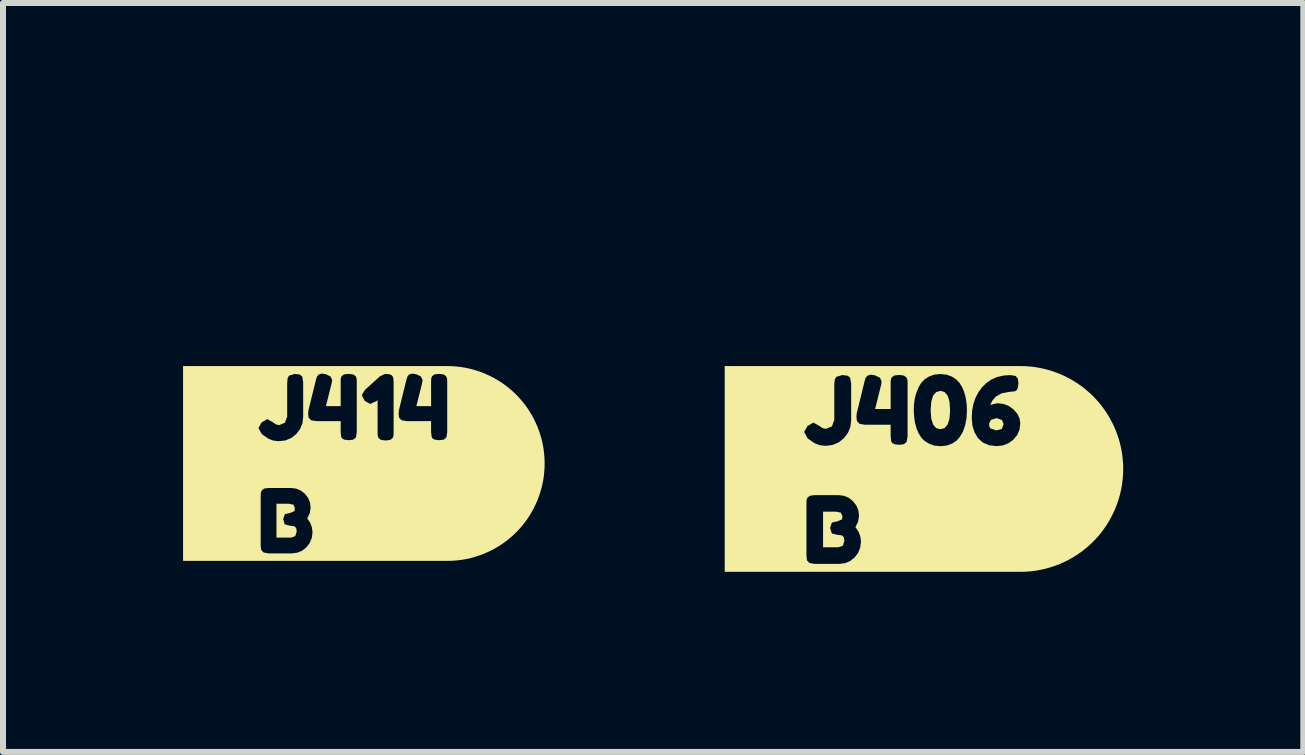
<source format=kicad_pcb>
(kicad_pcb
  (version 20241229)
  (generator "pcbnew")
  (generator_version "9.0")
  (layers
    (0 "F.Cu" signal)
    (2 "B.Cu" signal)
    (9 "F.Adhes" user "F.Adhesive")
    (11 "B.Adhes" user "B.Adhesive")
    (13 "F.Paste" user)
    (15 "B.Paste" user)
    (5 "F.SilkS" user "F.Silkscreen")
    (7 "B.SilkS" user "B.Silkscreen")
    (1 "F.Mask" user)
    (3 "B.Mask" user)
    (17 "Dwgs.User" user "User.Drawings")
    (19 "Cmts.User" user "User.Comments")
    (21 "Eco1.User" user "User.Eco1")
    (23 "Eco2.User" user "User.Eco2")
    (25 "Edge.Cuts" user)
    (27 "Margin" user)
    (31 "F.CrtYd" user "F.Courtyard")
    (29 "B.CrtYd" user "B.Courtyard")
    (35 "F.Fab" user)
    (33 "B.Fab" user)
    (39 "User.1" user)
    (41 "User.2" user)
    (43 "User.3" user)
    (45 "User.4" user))
  (footprint "kibuzzard-65BFD905"
    (layer "F.Cu")
    (at 12.344 4.763)
    (property "Reference" "kibuzzard-65BFD905" (at 0 -4.762 0) (layer "F.SilkS") (effects (font (size 0.001 0.001) (thickness 0.15))))
    (attr board_only exclude_from_pos_files exclude_from_bom)
    (fp_poly (pts (xy 1.205 -0.641) (xy 1.297 -0.667) (xy 1.327 -0.747) (xy 1.3 -0.815) (xy 1.211 -0.847) (xy 1.117 -0.818) (xy 1.085 -0.758) (xy 1.089 -0.712) (xy 1.104 -0.677) (xy 1.205 -0.641)) (stroke (width 0) (type solid)) (fill yes) (layer "F.SilkS"))
    (fp_poly (pts (xy -1.326 1.199) (xy -1.335 1.139) (xy -1.364 1.108) (xy -1.451 1.096) (xy -1.536 1.074) (xy -1.564 0.984) (xy -1.535 0.894) (xy -1.439 0.872) (xy -1.364 0.839) (xy -1.359 0.783) (xy -1.385 0.728) (xy -1.462 0.712) (xy -1.681 0.712) (xy -1.681 1.305) (xy -1.425 1.305) (xy -1.351 1.279) (xy -1.326 1.199)) (stroke (width 0) (type solid)) (fill yes) (layer "F.SilkS"))
    (fp_poly (pts (xy 0.272 -0.661) (xy 0.343 -0.681) (xy 0.394 -0.739) (xy 0.425 -0.836) (xy 0.435 -0.972) (xy 0.435 -0.982) (xy 0.425 -1.121) (xy 0.395 -1.221) (xy 0.344 -1.281) (xy 0.273 -1.301) (xy 0.203 -1.281) (xy 0.152 -1.221) (xy 0.122 -1.121) (xy 0.111 -0.981) (xy 0.121 -0.841) (xy 0.152 -0.741) (xy 0.202 -0.681) (xy 0.272 -0.661)) (stroke (width 0) (type solid)) (fill yes) (layer "F.SilkS"))
    (fp_poly (pts (xy -1.997 -1.714) (xy -3.32 -1.714) (xy -3.32 1.714) (xy -1.997 1.714) (xy -1.409 1.714) (xy -1.409 1.582) (xy -1.82 1.582) (xy -1.907 1.567) (xy -1.949 1.523) (xy -1.958 1.441) (xy -1.958 0.573) (xy -1.956 0.518) (xy -1.941 0.478) (xy -1.899 0.446) (xy -1.819 0.436) (xy -1.641 0.436) (xy -1.641 -0.385) (xy -1.74 -0.396) (xy -1.827 -0.431) (xy -1.928 -0.502) (xy -1.941 -0.515) (xy -1.997 -0.616) (xy -1.941 -0.715) (xy -1.843 -0.772) (xy -1.748 -0.72) (xy -1.693 -0.681) (xy -1.634 -0.668) (xy -1.533 -0.709) (xy -1.494 -0.818) (xy -1.494 -1.412) (xy -1.486 -1.49) (xy -1.462 -1.534) (xy -1.363 -1.564) (xy -1.272 -1.554) (xy -1.23 -1.52) (xy -1.213 -1.422) (xy -1.213 -0.807) (xy -1.226 -0.7) (xy -1.266 -0.602) (xy -1.333 -0.513) (xy -1.421 -0.442) (xy -1.524 -0.399) (xy -1.641 -0.385) (xy -1.641 0.436) (xy -1.425 0.436) (xy -1.334 0.447) (xy -1.254 0.48) (xy -1.184 0.536) (xy -1.127 0.608) (xy -1.093 0.689) (xy -1.082 0.78) (xy -1.097 0.879) (xy -1.142 0.969) (xy -1.09 1.045) (xy -1.06 1.127) (xy -1.049 1.214) (xy -1.063 1.313) (xy -1.098 1.4) (xy -1.156 1.476) (xy -1.231 1.535) (xy -1.315 1.57) (xy -1.409 1.582) (xy -1.409 1.714) (xy -0.411 1.714) (xy -0.411 -0.402) (xy -0.484 -0.41) (xy -0.525 -0.429) (xy -0.546 -0.461) (xy -0.555 -0.544) (xy -0.555 -0.737) (xy -0.986 -0.737) (xy -1.074 -0.752) (xy -1.117 -0.798) (xy -1.125 -0.866) (xy -1.12 -0.929) (xy -0.989 -1.461) (xy -0.972 -1.517) (xy -0.943 -1.553) (xy -0.889 -1.571) (xy -0.816 -1.56) (xy -0.732 -1.519) (xy -0.705 -1.458) (xy -0.716 -1.391) (xy -0.717 -1.387) (xy -0.814 -0.999) (xy -0.555 -0.999) (xy -0.555 -1.433) (xy -0.553 -1.487) (xy -0.538 -1.526) (xy -0.494 -1.557) (xy -0.413 -1.566) (xy -0.333 -1.556) (xy -0.29 -1.522) (xy -0.275 -1.48) (xy -0.273 -1.425) (xy -0.273 -0.542) (xy -0.288 -0.451) (xy -0.334 -0.412) (xy -0.411 -0.402) (xy -0.411 1.714) (xy 0.275 1.714) (xy 0.275 -0.379) (xy 0.173 -0.389) (xy 0.084 -0.421) (xy 0.009 -0.468) (xy -0.047 -0.525) (xy -0.089 -0.593) (xy -0.123 -0.672) (xy -0.149 -0.767) (xy -0.164 -0.871) (xy -0.17 -0.982) (xy -0.165 -1.083) (xy -0.153 -1.173) (xy -0.132 -1.253) (xy -0.093 -1.354) (xy -0.049 -1.43) (xy 0.006 -1.489) (xy 0.08 -1.538) (xy 0.17 -1.571) (xy 0.273 -1.582) (xy 0.376 -1.571) (xy 0.465 -1.539) (xy 0.538 -1.491) (xy 0.593 -1.433) (xy 0.636 -1.364) (xy 0.669 -1.284) (xy 0.695 -1.186) (xy 0.711 -1.085) (xy 0.716 -0.98) (xy 0.709 -0.844) (xy 0.685 -0.723) (xy 0.647 -0.616) (xy 0.592 -0.525) (xy 0.537 -0.467) (xy 0.465 -0.42) (xy 0.376 -0.389) (xy 0.275 -0.379) (xy 0.275 1.714) (xy 1.212 1.714) (xy 1.212 -0.38) (xy 1.085 -0.395) (xy 0.982 -0.439) (xy 0.9 -0.513) (xy 0.842 -0.61) (xy 0.807 -0.724) (xy 0.796 -0.855) (xy 0.803 -0.972) (xy 0.823 -1.081) (xy 0.858 -1.183) (xy 0.906 -1.276) (xy 0.968 -1.361) (xy 1.042 -1.434) (xy 1.126 -1.491) (xy 1.22 -1.532) (xy 1.324 -1.556) (xy 1.439 -1.564) (xy 1.527 -1.549) (xy 1.564 -1.504) (xy 1.574 -1.428) (xy 1.566 -1.355) (xy 1.547 -1.314) (xy 1.515 -1.293) (xy 1.423 -1.284) (xy 1.297 -1.261) (xy 1.2 -1.207) (xy 1.144 -1.145) (xy 1.115 -1.09) (xy 1.107 -1.068) (xy 1.224 -1.095) (xy 1.324 -1.083) (xy 1.414 -1.048) (xy 1.493 -0.991) (xy 1.556 -0.918) (xy 1.593 -0.84) (xy 1.605 -0.756) (xy 1.592 -0.655) (xy 1.554 -0.566) (xy 1.49 -0.488) (xy 1.408 -0.428) (xy 1.315 -0.392) (xy 1.212 -0.38) (xy 1.212 1.714) (xy 1.605 1.714) (xy 1.605 1.714) (xy 1.69 1.712) (xy 1.773 1.706) (xy 1.857 1.696) (xy 1.94 1.681) (xy 2.022 1.663) (xy 2.103 1.64) (xy 2.183 1.614) (xy 2.261 1.584) (xy 2.338 1.55) (xy 2.414 1.512) (xy 2.487 1.47) (xy 2.558 1.425) (xy 2.627 1.377) (xy 2.693 1.325) (xy 2.757 1.27) (xy 2.818 1.212) (xy 2.876 1.151) (xy 2.931 1.088) (xy 2.982 1.021) (xy 3.031 0.952) (xy 3.076 0.881) (xy 3.117 0.808) (xy 3.155 0.733) (xy 3.189 0.656) (xy 3.219 0.578) (xy 3.246 0.498) (xy 3.268 0.417) (xy 3.287 0.334) (xy 3.301 0.252) (xy 3.311 0.168) (xy 3.318 0.084) (xy 3.32 0) (xy 3.318 -0.084) (xy 3.311 -0.168) (xy 3.301 -0.252) (xy 3.287 -0.334) (xy 3.268 -0.417) (xy 3.246 -0.498) (xy 3.219 -0.578) (xy 3.189 -0.656) (xy 3.155 -0.733) (xy 3.117 -0.808) (xy 3.076 -0.881) (xy 3.031 -0.952) (xy 2.982 -1.021) (xy 2.931 -1.088) (xy 2.876 -1.151) (xy 2.818 -1.212) (xy 2.757 -1.27) (xy 2.693 -1.325) (xy 2.627 -1.377) (xy 2.558 -1.425) (xy 2.487 -1.47) (xy 2.414 -1.512) (xy 2.338 -1.55) (xy 2.261 -1.584) (xy 2.183 -1.614) (xy 2.103 -1.64) (xy 2.022 -1.663) (xy 1.94 -1.681) (xy 1.857 -1.696) (xy 1.773 -1.706) (xy 1.69 -1.712) (xy 1.605 -1.714) (xy 1.605 -1.714) (xy -1.997 -1.714)) (stroke (width 0) (type solid)) (fill yes) (layer "F.SilkS")))
  (footprint "kibuzzard-65BFD893"
    (layer "F.Cu")
    (at 3.012 4.672)
    (property "Reference" "kibuzzard-65BFD893" (at 0 -4.671 0) (layer "F.SilkS") (effects (font (size 0.001 0.001) (thickness 0.15))))
    (attr board_only exclude_from_pos_files exclude_from_bom)
    (fp_poly (pts (xy -1.118 1.134) (xy -1.127 1.077) (xy -1.154 1.047) (xy -1.237 1.035) (xy -1.318 1.015) (xy -1.344 0.929) (xy -1.317 0.844) (xy -1.225 0.823) (xy -1.154 0.792) (xy -1.15 0.738) (xy -1.174 0.686) (xy -1.248 0.671) (xy -1.456 0.671) (xy -1.456 1.235) (xy -1.212 1.235) (xy -1.142 1.209) (xy -1.118 1.134)) (stroke (width 0) (type solid)) (fill yes) (layer "F.SilkS"))
    (fp_poly (pts (xy -1.756 -1.623) (xy -3.012 -1.623) (xy -3.012 1.623) (xy -1.756 1.623) (xy -1.197 1.623) (xy -1.197 1.498) (xy -1.588 1.498) (xy -1.67 1.483) (xy -1.71 1.441) (xy -1.719 1.364) (xy -1.719 0.539) (xy -1.716 0.487) (xy -1.702 0.449) (xy -1.663 0.418) (xy -1.586 0.408) (xy -1.418 0.408) (xy -1.418 -0.371) (xy -1.512 -0.382) (xy -1.594 -0.415) (xy -1.691 -0.483) (xy -1.703 -0.495) (xy -1.756 -0.59) (xy -1.703 -0.685) (xy -1.609 -0.739) (xy -1.519 -0.689) (xy -1.467 -0.652) (xy -1.411 -0.639) (xy -1.315 -0.679) (xy -1.277 -0.783) (xy -1.277 -1.347) (xy -1.27 -1.421) (xy -1.247 -1.463) (xy -1.154 -1.492) (xy -1.067 -1.482) (xy -1.027 -1.449) (xy -1.011 -1.356) (xy -1.011 -0.772) (xy -1.023 -0.671) (xy -1.061 -0.577) (xy -1.125 -0.492) (xy -1.209 -0.425) (xy -1.306 -0.384) (xy -1.418 -0.371) (xy -1.418 0.408) (xy -1.212 0.408) (xy -1.126 0.419) (xy -1.05 0.451) (xy -0.983 0.504) (xy -0.93 0.572) (xy -0.897 0.649) (xy -0.887 0.735) (xy -0.901 0.829) (xy -0.943 0.915) (xy -0.894 0.987) (xy -0.865 1.065) (xy -0.855 1.148) (xy -0.868 1.242) (xy -0.902 1.325) (xy -0.957 1.397) (xy -1.028 1.453) (xy -1.108 1.486) (xy -1.197 1.498) (xy -1.197 1.623) (xy -0.249 1.623) (xy -0.249 -0.388) (xy -0.318 -0.395) (xy -0.357 -0.413) (xy -0.377 -0.443) (xy -0.386 -0.522) (xy -0.386 -0.706) (xy -0.795 -0.706) (xy -0.879 -0.72) (xy -0.92 -0.763) (xy -0.928 -0.828) (xy -0.923 -0.888) (xy -0.798 -1.394) (xy -0.782 -1.446) (xy -0.755 -1.481) (xy -0.703 -1.498) (xy -0.633 -1.487) (xy -0.554 -1.449) (xy -0.528 -1.391) (xy -0.538 -1.327) (xy -0.54 -1.323) (xy -0.632 -0.955) (xy -0.386 -0.955) (xy -0.386 -1.366) (xy -0.384 -1.418) (xy -0.37 -1.455) (xy -0.328 -1.485) (xy -0.251 -1.493) (xy -0.175 -1.483) (xy -0.134 -1.452) (xy -0.12 -1.412) (xy -0.118 -1.359) (xy -0.118 -0.52) (xy -0.132 -0.434) (xy -0.176 -0.397) (xy -0.249 -0.388) (xy -0.249 1.623) (xy 0.362 1.623) (xy 0.362 -0.383) (xy 0.286 -0.393) (xy 0.246 -0.422) (xy 0.231 -0.464) (xy 0.229 -0.519) (xy 0.229 -1.057) (xy 0.21 -1.039) (xy 0.104 -0.992) (xy 0.013 -1.045) (xy -0.035 -1.139) (xy 0.02 -1.228) (xy 0.267 -1.451) (xy 0.271 -1.454) (xy 0.357 -1.493) (xy 0.428 -1.486) (xy 0.467 -1.468) (xy 0.489 -1.436) (xy 0.496 -1.356) (xy 0.496 -0.516) (xy 0.494 -0.464) (xy 0.48 -0.424) (xy 0.44 -0.393) (xy 0.362 -0.383) (xy 0.362 1.623) (xy 1.258 1.623) (xy 1.258 -0.388) (xy 1.188 -0.395) (xy 1.149 -0.413) (xy 1.13 -0.443) (xy 1.12 -0.522) (xy 1.12 -0.706) (xy 0.712 -0.706) (xy 0.628 -0.72) (xy 0.587 -0.763) (xy 0.579 -0.828) (xy 0.584 -0.888) (xy 0.709 -1.394) (xy 0.725 -1.446) (xy 0.752 -1.481) (xy 0.804 -1.498) (xy 0.873 -1.487) (xy 0.952 -1.449) (xy 0.979 -1.391) (xy 0.968 -1.327) (xy 0.967 -1.323) (xy 0.875 -0.955) (xy 1.12 -0.955) (xy 1.12 -1.366) (xy 1.123 -1.418) (xy 1.137 -1.455) (xy 1.179 -1.485) (xy 1.255 -1.493) (xy 1.332 -1.483) (xy 1.372 -1.452) (xy 1.387 -1.412) (xy 1.389 -1.359) (xy 1.389 -0.52) (xy 1.375 -0.434) (xy 1.331 -0.397) (xy 1.258 -0.388) (xy 1.258 1.623) (xy 1.389 1.623) (xy 1.389 1.623) (xy 1.469 1.621) (xy 1.548 1.615) (xy 1.627 1.606) (xy 1.706 1.592) (xy 1.783 1.575) (xy 1.86 1.553) (xy 1.936 1.528) (xy 2.01 1.5) (xy 2.083 1.467) (xy 2.154 1.432) (xy 2.224 1.392) (xy 2.291 1.35) (xy 2.356 1.304) (xy 2.419 1.255) (xy 2.479 1.203) (xy 2.537 1.148) (xy 2.592 1.09) (xy 2.644 1.03) (xy 2.693 0.967) (xy 2.739 0.902) (xy 2.781 0.835) (xy 2.821 0.765) (xy 2.856 0.694) (xy 2.889 0.621) (xy 2.917 0.547) (xy 2.942 0.471) (xy 2.964 0.394) (xy 2.981 0.317) (xy 2.995 0.238) (xy 3.004 0.159) (xy 3.01 0.08) (xy 3.012 0) (xy 3.01 -0.08) (xy 3.004 -0.159) (xy 2.995 -0.238) (xy 2.981 -0.317) (xy 2.964 -0.394) (xy 2.942 -0.471) (xy 2.917 -0.547) (xy 2.889 -0.621) (xy 2.856 -0.694) (xy 2.821 -0.765) (xy 2.781 -0.835) (xy 2.739 -0.902) (xy 2.693 -0.967) (xy 2.644 -1.03) (xy 2.592 -1.09) (xy 2.537 -1.148) (xy 2.479 -1.203) (xy 2.419 -1.255) (xy 2.356 -1.304) (xy 2.291 -1.35) (xy 2.224 -1.392) (xy 2.154 -1.432) (xy 2.083 -1.467) (xy 2.01 -1.5) (xy 1.936 -1.528) (xy 1.86 -1.553) (xy 1.783 -1.575) (xy 1.706 -1.592) (xy 1.627 -1.606) (xy 1.548 -1.615) (xy 1.469 -1.621) (xy 1.389 -1.623) (xy 1.389 -1.623) (xy -1.756 -1.623)) (stroke (width 0) (type solid)) (fill yes) (layer "F.SilkS")))
  (gr_rect
    (start -3 -3)
    (end 18.664 9.478)
    (stroke (width 0.1) (type default))
    (fill no)
    (layer "Edge.Cuts")))
</source>
